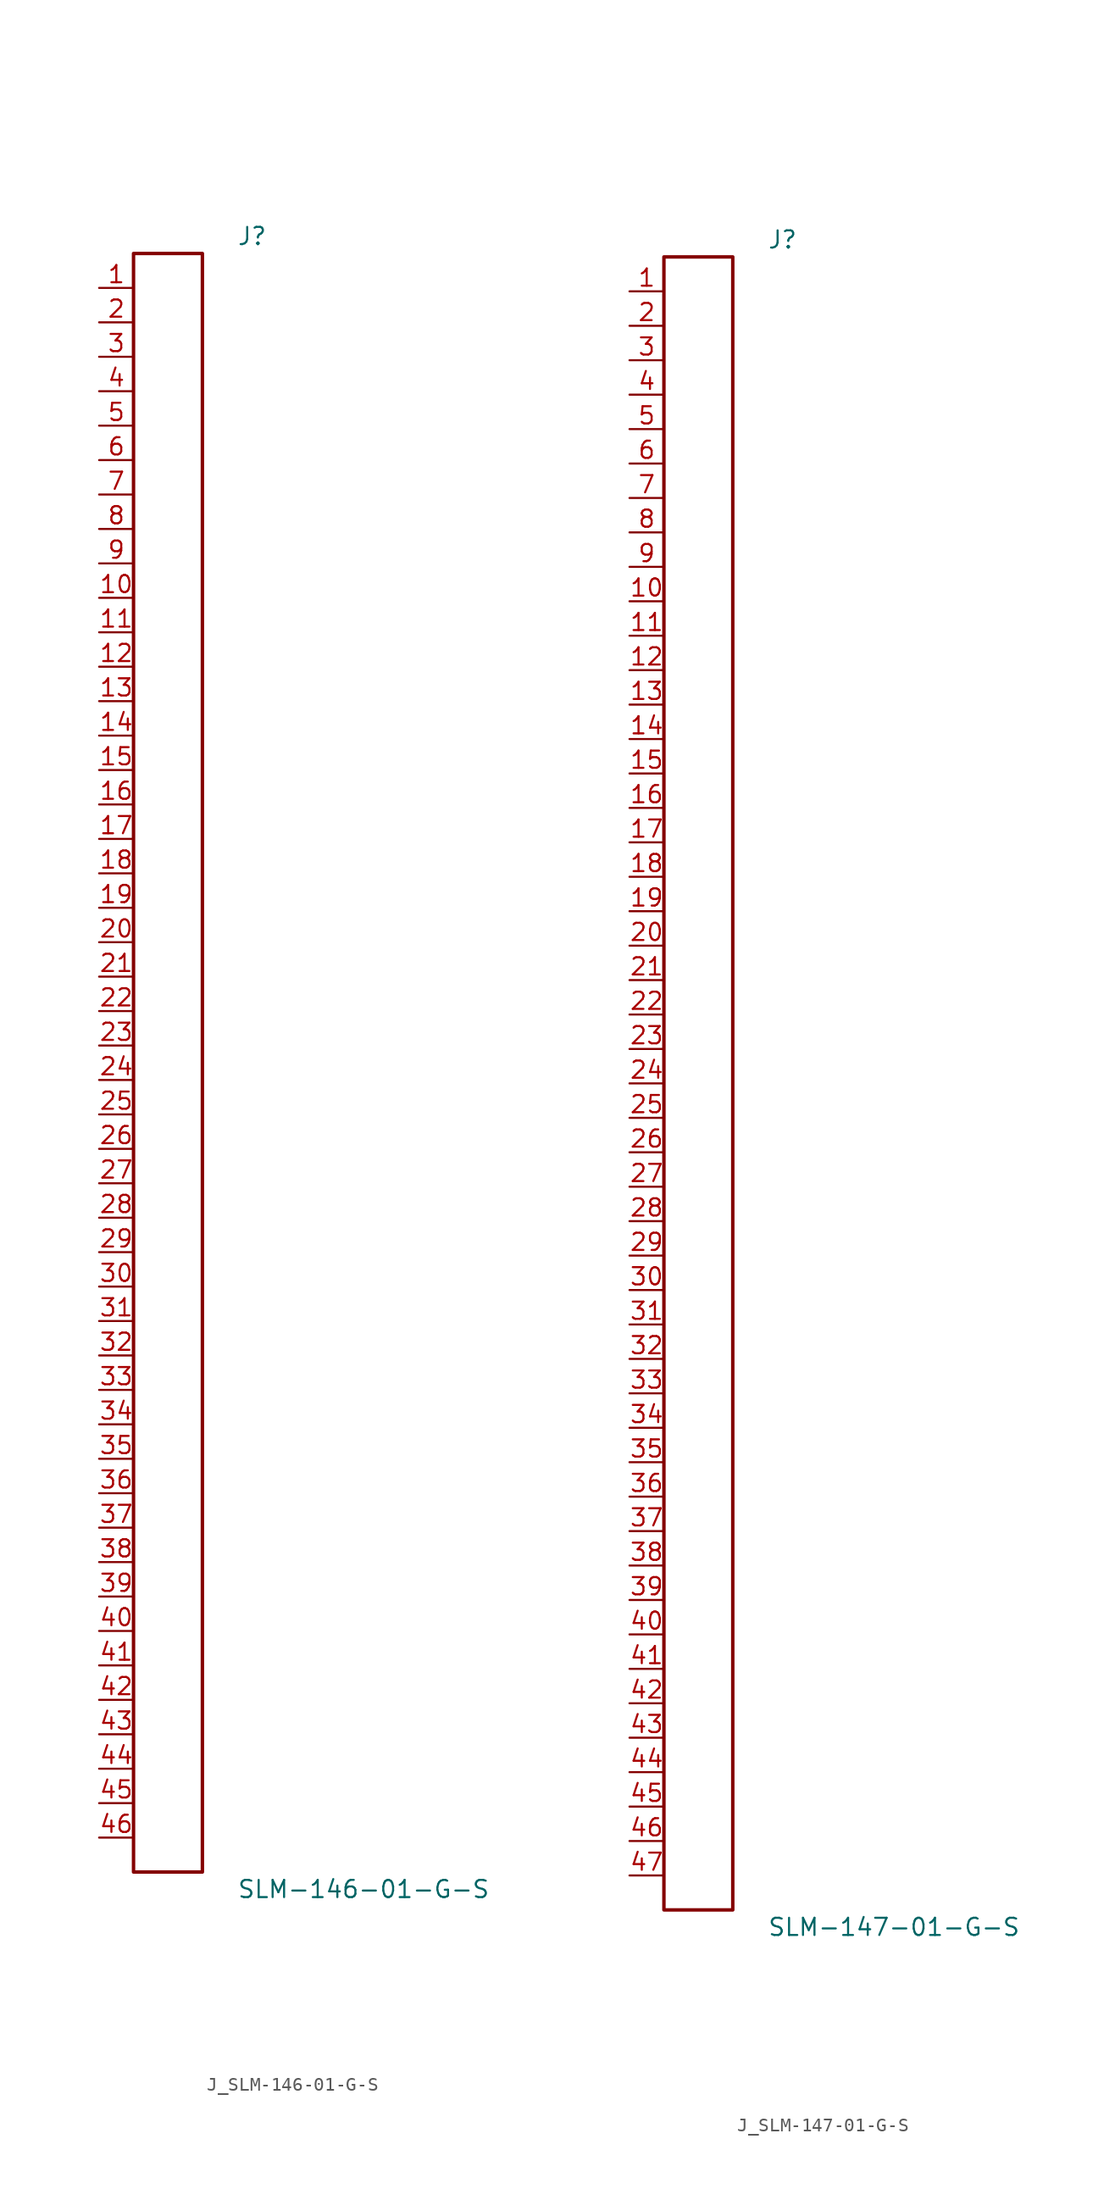
<source format=kicad_sym>
(kicad_symbol_lib
  (version 20231120)
  (generator kicad_symbol_editor)
  (generator_version 8.0)
  (symbol "J_SLM-146-01-G-S"
    (pin_names
      (offset 0.254))
    (property "Reference" "J"
      (at 5.08 60.96 0)
      (effects (font (size 1.27 1.27)) (justify left)))
    (property "Value" "SLM-146-01-G-S"
      (at 5.08 -60.96 0)
      (effects (font (size 1.27 1.27)) (justify left)))
    (symbol "J_SLM-146-01-G-S_0_0"
      (pin passive line (at -5.08 57.15 0) (length 2.54) (name "" (effects (font (size 1.27 1.27)))) (number "1" (effects (font (size 1.27 1.27)))))
      (pin passive line (at -5.08 54.61 0) (length 2.54) (name "" (effects (font (size 1.27 1.27)))) (number "2" (effects (font (size 1.27 1.27)))))
      (pin passive line (at -5.08 52.07 0) (length 2.54) (name "" (effects (font (size 1.27 1.27)))) (number "3" (effects (font (size 1.27 1.27)))))
      (pin passive line (at -5.08 49.53 0) (length 2.54) (name "" (effects (font (size 1.27 1.27)))) (number "4" (effects (font (size 1.27 1.27)))))
      (pin passive line (at -5.08 46.99 0) (length 2.54) (name "" (effects (font (size 1.27 1.27)))) (number "5" (effects (font (size 1.27 1.27)))))
      (pin passive line (at -5.08 44.45 0) (length 2.54) (name "" (effects (font (size 1.27 1.27)))) (number "6" (effects (font (size 1.27 1.27)))))
      (pin passive line (at -5.08 41.91 0) (length 2.54) (name "" (effects (font (size 1.27 1.27)))) (number "7" (effects (font (size 1.27 1.27)))))
      (pin passive line (at -5.08 39.37 0) (length 2.54) (name "" (effects (font (size 1.27 1.27)))) (number "8" (effects (font (size 1.27 1.27)))))
      (pin passive line (at -5.08 36.83 0) (length 2.54) (name "" (effects (font (size 1.27 1.27)))) (number "9" (effects (font (size 1.27 1.27)))))
      (pin passive line (at -5.08 34.29 0) (length 2.54) (name "" (effects (font (size 1.27 1.27)))) (number "10" (effects (font (size 1.27 1.27)))))
      (pin passive line (at -5.08 31.75 0) (length 2.54) (name "" (effects (font (size 1.27 1.27)))) (number "11" (effects (font (size 1.27 1.27)))))
      (pin passive line (at -5.08 29.21 0) (length 2.54) (name "" (effects (font (size 1.27 1.27)))) (number "12" (effects (font (size 1.27 1.27)))))
      (pin passive line (at -5.08 26.67 0) (length 2.54) (name "" (effects (font (size 1.27 1.27)))) (number "13" (effects (font (size 1.27 1.27)))))
      (pin passive line (at -5.08 24.13 0) (length 2.54) (name "" (effects (font (size 1.27 1.27)))) (number "14" (effects (font (size 1.27 1.27)))))
      (pin passive line (at -5.08 21.59 0) (length 2.54) (name "" (effects (font (size 1.27 1.27)))) (number "15" (effects (font (size 1.27 1.27)))))
      (pin passive line (at -5.08 19.05 0) (length 2.54) (name "" (effects (font (size 1.27 1.27)))) (number "16" (effects (font (size 1.27 1.27)))))
      (pin passive line (at -5.08 16.51 0) (length 2.54) (name "" (effects (font (size 1.27 1.27)))) (number "17" (effects (font (size 1.27 1.27)))))
      (pin passive line (at -5.08 13.97 0) (length 2.54) (name "" (effects (font (size 1.27 1.27)))) (number "18" (effects (font (size 1.27 1.27)))))
      (pin passive line (at -5.08 11.43 0) (length 2.54) (name "" (effects (font (size 1.27 1.27)))) (number "19" (effects (font (size 1.27 1.27)))))
      (pin passive line (at -5.08 8.89 0) (length 2.54) (name "" (effects (font (size 1.27 1.27)))) (number "20" (effects (font (size 1.27 1.27)))))
      (pin passive line (at -5.08 6.35 0) (length 2.54) (name "" (effects (font (size 1.27 1.27)))) (number "21" (effects (font (size 1.27 1.27)))))
      (pin passive line (at -5.08 3.81 0) (length 2.54) (name "" (effects (font (size 1.27 1.27)))) (number "22" (effects (font (size 1.27 1.27)))))
      (pin passive line (at -5.08 1.27 0) (length 2.54) (name "" (effects (font (size 1.27 1.27)))) (number "23" (effects (font (size 1.27 1.27)))))
      (pin passive line (at -5.08 -1.27 0) (length 2.54) (name "" (effects (font (size 1.27 1.27)))) (number "24" (effects (font (size 1.27 1.27)))))
      (pin passive line (at -5.08 -3.81 0) (length 2.54) (name "" (effects (font (size 1.27 1.27)))) (number "25" (effects (font (size 1.27 1.27)))))
      (pin passive line (at -5.08 -6.35 0) (length 2.54) (name "" (effects (font (size 1.27 1.27)))) (number "26" (effects (font (size 1.27 1.27)))))
      (pin passive line (at -5.08 -8.89 0) (length 2.54) (name "" (effects (font (size 1.27 1.27)))) (number "27" (effects (font (size 1.27 1.27)))))
      (pin passive line (at -5.08 -11.43 0) (length 2.54) (name "" (effects (font (size 1.27 1.27)))) (number "28" (effects (font (size 1.27 1.27)))))
      (pin passive line (at -5.08 -13.97 0) (length 2.54) (name "" (effects (font (size 1.27 1.27)))) (number "29" (effects (font (size 1.27 1.27)))))
      (pin passive line (at -5.08 -16.51 0) (length 2.54) (name "" (effects (font (size 1.27 1.27)))) (number "30" (effects (font (size 1.27 1.27)))))
      (pin passive line (at -5.08 -19.05 0) (length 2.54) (name "" (effects (font (size 1.27 1.27)))) (number "31" (effects (font (size 1.27 1.27)))))
      (pin passive line (at -5.08 -21.59 0) (length 2.54) (name "" (effects (font (size 1.27 1.27)))) (number "32" (effects (font (size 1.27 1.27)))))
      (pin passive line (at -5.08 -24.13 0) (length 2.54) (name "" (effects (font (size 1.27 1.27)))) (number "33" (effects (font (size 1.27 1.27)))))
      (pin passive line (at -5.08 -26.67 0) (length 2.54) (name "" (effects (font (size 1.27 1.27)))) (number "34" (effects (font (size 1.27 1.27)))))
      (pin passive line (at -5.08 -29.21 0) (length 2.54) (name "" (effects (font (size 1.27 1.27)))) (number "35" (effects (font (size 1.27 1.27)))))
      (pin passive line (at -5.08 -31.75 0) (length 2.54) (name "" (effects (font (size 1.27 1.27)))) (number "36" (effects (font (size 1.27 1.27)))))
      (pin passive line (at -5.08 -34.29 0) (length 2.54) (name "" (effects (font (size 1.27 1.27)))) (number "37" (effects (font (size 1.27 1.27)))))
      (pin passive line (at -5.08 -36.83 0) (length 2.54) (name "" (effects (font (size 1.27 1.27)))) (number "38" (effects (font (size 1.27 1.27)))))
      (pin passive line (at -5.08 -39.37 0) (length 2.54) (name "" (effects (font (size 1.27 1.27)))) (number "39" (effects (font (size 1.27 1.27)))))
      (pin passive line (at -5.08 -41.91 0) (length 2.54) (name "" (effects (font (size 1.27 1.27)))) (number "40" (effects (font (size 1.27 1.27)))))
      (pin passive line (at -5.08 -44.45 0) (length 2.54) (name "" (effects (font (size 1.27 1.27)))) (number "41" (effects (font (size 1.27 1.27)))))
      (pin passive line (at -5.08 -46.99 0) (length 2.54) (name "" (effects (font (size 1.27 1.27)))) (number "42" (effects (font (size 1.27 1.27)))))
      (pin passive line (at -5.08 -49.53 0) (length 2.54) (name "" (effects (font (size 1.27 1.27)))) (number "43" (effects (font (size 1.27 1.27)))))
      (pin passive line (at -5.08 -52.07 0) (length 2.54) (name "" (effects (font (size 1.27 1.27)))) (number "44" (effects (font (size 1.27 1.27)))))
      (pin passive line (at -5.08 -54.61 0) (length 2.54) (name "" (effects (font (size 1.27 1.27)))) (number "45" (effects (font (size 1.27 1.27)))))
      (pin passive line (at -5.08 -57.15 0) (length 2.54) (name "" (effects (font (size 1.27 1.27)))) (number "46" (effects (font (size 1.27 1.27))))))
    (symbol "J_SLM-146-01-G-S_1_0"
      (rectangle (start -2.54 59.69) (end 2.54 -59.69) (stroke (width 0.254) (type solid)) (fill (type none)))))
  (symbol "J_SLM-147-01-G-S"
    (pin_names
      (offset 0.254))
    (property "Reference" "J"
      (at 5.08 62.23 0)
      (effects (font (size 1.27 1.27)) (justify left)))
    (property "Value" "SLM-147-01-G-S"
      (at 5.08 -62.23 0)
      (effects (font (size 1.27 1.27)) (justify left)))
    (symbol "J_SLM-147-01-G-S_0_0"
      (pin passive line (at -5.08 58.42 0) (length 2.54) (name "" (effects (font (size 1.27 1.27)))) (number "1" (effects (font (size 1.27 1.27)))))
      (pin passive line (at -5.08 55.88 0) (length 2.54) (name "" (effects (font (size 1.27 1.27)))) (number "2" (effects (font (size 1.27 1.27)))))
      (pin passive line (at -5.08 53.34 0) (length 2.54) (name "" (effects (font (size 1.27 1.27)))) (number "3" (effects (font (size 1.27 1.27)))))
      (pin passive line (at -5.08 50.8 0) (length 2.54) (name "" (effects (font (size 1.27 1.27)))) (number "4" (effects (font (size 1.27 1.27)))))
      (pin passive line (at -5.08 48.26 0) (length 2.54) (name "" (effects (font (size 1.27 1.27)))) (number "5" (effects (font (size 1.27 1.27)))))
      (pin passive line (at -5.08 45.72 0) (length 2.54) (name "" (effects (font (size 1.27 1.27)))) (number "6" (effects (font (size 1.27 1.27)))))
      (pin passive line (at -5.08 43.18 0) (length 2.54) (name "" (effects (font (size 1.27 1.27)))) (number "7" (effects (font (size 1.27 1.27)))))
      (pin passive line (at -5.08 40.64 0) (length 2.54) (name "" (effects (font (size 1.27 1.27)))) (number "8" (effects (font (size 1.27 1.27)))))
      (pin passive line (at -5.08 38.1 0) (length 2.54) (name "" (effects (font (size 1.27 1.27)))) (number "9" (effects (font (size 1.27 1.27)))))
      (pin passive line (at -5.08 35.56 0) (length 2.54) (name "" (effects (font (size 1.27 1.27)))) (number "10" (effects (font (size 1.27 1.27)))))
      (pin passive line (at -5.08 33.02 0) (length 2.54) (name "" (effects (font (size 1.27 1.27)))) (number "11" (effects (font (size 1.27 1.27)))))
      (pin passive line (at -5.08 30.48 0) (length 2.54) (name "" (effects (font (size 1.27 1.27)))) (number "12" (effects (font (size 1.27 1.27)))))
      (pin passive line (at -5.08 27.94 0) (length 2.54) (name "" (effects (font (size 1.27 1.27)))) (number "13" (effects (font (size 1.27 1.27)))))
      (pin passive line (at -5.08 25.4 0) (length 2.54) (name "" (effects (font (size 1.27 1.27)))) (number "14" (effects (font (size 1.27 1.27)))))
      (pin passive line (at -5.08 22.86 0) (length 2.54) (name "" (effects (font (size 1.27 1.27)))) (number "15" (effects (font (size 1.27 1.27)))))
      (pin passive line (at -5.08 20.32 0) (length 2.54) (name "" (effects (font (size 1.27 1.27)))) (number "16" (effects (font (size 1.27 1.27)))))
      (pin passive line (at -5.08 17.78 0) (length 2.54) (name "" (effects (font (size 1.27 1.27)))) (number "17" (effects (font (size 1.27 1.27)))))
      (pin passive line (at -5.08 15.24 0) (length 2.54) (name "" (effects (font (size 1.27 1.27)))) (number "18" (effects (font (size 1.27 1.27)))))
      (pin passive line (at -5.08 12.7 0) (length 2.54) (name "" (effects (font (size 1.27 1.27)))) (number "19" (effects (font (size 1.27 1.27)))))
      (pin passive line (at -5.08 10.16 0) (length 2.54) (name "" (effects (font (size 1.27 1.27)))) (number "20" (effects (font (size 1.27 1.27)))))
      (pin passive line (at -5.08 7.62 0) (length 2.54) (name "" (effects (font (size 1.27 1.27)))) (number "21" (effects (font (size 1.27 1.27)))))
      (pin passive line (at -5.08 5.08 0) (length 2.54) (name "" (effects (font (size 1.27 1.27)))) (number "22" (effects (font (size 1.27 1.27)))))
      (pin passive line (at -5.08 2.54 0) (length 2.54) (name "" (effects (font (size 1.27 1.27)))) (number "23" (effects (font (size 1.27 1.27)))))
      (pin passive line (at -5.08 0.0 0) (length 2.54) (name "" (effects (font (size 1.27 1.27)))) (number "24" (effects (font (size 1.27 1.27)))))
      (pin passive line (at -5.08 -2.54 0) (length 2.54) (name "" (effects (font (size 1.27 1.27)))) (number "25" (effects (font (size 1.27 1.27)))))
      (pin passive line (at -5.08 -5.08 0) (length 2.54) (name "" (effects (font (size 1.27 1.27)))) (number "26" (effects (font (size 1.27 1.27)))))
      (pin passive line (at -5.08 -7.62 0) (length 2.54) (name "" (effects (font (size 1.27 1.27)))) (number "27" (effects (font (size 1.27 1.27)))))
      (pin passive line (at -5.08 -10.16 0) (length 2.54) (name "" (effects (font (size 1.27 1.27)))) (number "28" (effects (font (size 1.27 1.27)))))
      (pin passive line (at -5.08 -12.7 0) (length 2.54) (name "" (effects (font (size 1.27 1.27)))) (number "29" (effects (font (size 1.27 1.27)))))
      (pin passive line (at -5.08 -15.24 0) (length 2.54) (name "" (effects (font (size 1.27 1.27)))) (number "30" (effects (font (size 1.27 1.27)))))
      (pin passive line (at -5.08 -17.78 0) (length 2.54) (name "" (effects (font (size 1.27 1.27)))) (number "31" (effects (font (size 1.27 1.27)))))
      (pin passive line (at -5.08 -20.32 0) (length 2.54) (name "" (effects (font (size 1.27 1.27)))) (number "32" (effects (font (size 1.27 1.27)))))
      (pin passive line (at -5.08 -22.86 0) (length 2.54) (name "" (effects (font (size 1.27 1.27)))) (number "33" (effects (font (size 1.27 1.27)))))
      (pin passive line (at -5.08 -25.4 0) (length 2.54) (name "" (effects (font (size 1.27 1.27)))) (number "34" (effects (font (size 1.27 1.27)))))
      (pin passive line (at -5.08 -27.94 0) (length 2.54) (name "" (effects (font (size 1.27 1.27)))) (number "35" (effects (font (size 1.27 1.27)))))
      (pin passive line (at -5.08 -30.48 0) (length 2.54) (name "" (effects (font (size 1.27 1.27)))) (number "36" (effects (font (size 1.27 1.27)))))
      (pin passive line (at -5.08 -33.02 0) (length 2.54) (name "" (effects (font (size 1.27 1.27)))) (number "37" (effects (font (size 1.27 1.27)))))
      (pin passive line (at -5.08 -35.56 0) (length 2.54) (name "" (effects (font (size 1.27 1.27)))) (number "38" (effects (font (size 1.27 1.27)))))
      (pin passive line (at -5.08 -38.1 0) (length 2.54) (name "" (effects (font (size 1.27 1.27)))) (number "39" (effects (font (size 1.27 1.27)))))
      (pin passive line (at -5.08 -40.64 0) (length 2.54) (name "" (effects (font (size 1.27 1.27)))) (number "40" (effects (font (size 1.27 1.27)))))
      (pin passive line (at -5.08 -43.18 0) (length 2.54) (name "" (effects (font (size 1.27 1.27)))) (number "41" (effects (font (size 1.27 1.27)))))
      (pin passive line (at -5.08 -45.72 0) (length 2.54) (name "" (effects (font (size 1.27 1.27)))) (number "42" (effects (font (size 1.27 1.27)))))
      (pin passive line (at -5.08 -48.26 0) (length 2.54) (name "" (effects (font (size 1.27 1.27)))) (number "43" (effects (font (size 1.27 1.27)))))
      (pin passive line (at -5.08 -50.8 0) (length 2.54) (name "" (effects (font (size 1.27 1.27)))) (number "44" (effects (font (size 1.27 1.27)))))
      (pin passive line (at -5.08 -53.34 0) (length 2.54) (name "" (effects (font (size 1.27 1.27)))) (number "45" (effects (font (size 1.27 1.27)))))
      (pin passive line (at -5.08 -55.88 0) (length 2.54) (name "" (effects (font (size 1.27 1.27)))) (number "46" (effects (font (size 1.27 1.27)))))
      (pin passive line (at -5.08 -58.42 0) (length 2.54) (name "" (effects (font (size 1.27 1.27)))) (number "47" (effects (font (size 1.27 1.27))))))
    (symbol "J_SLM-147-01-G-S_1_0"
      (rectangle (start -2.54 60.96) (end 2.54 -60.96) (stroke (width 0.254) (type solid)) (fill (type none))))))
</source>
